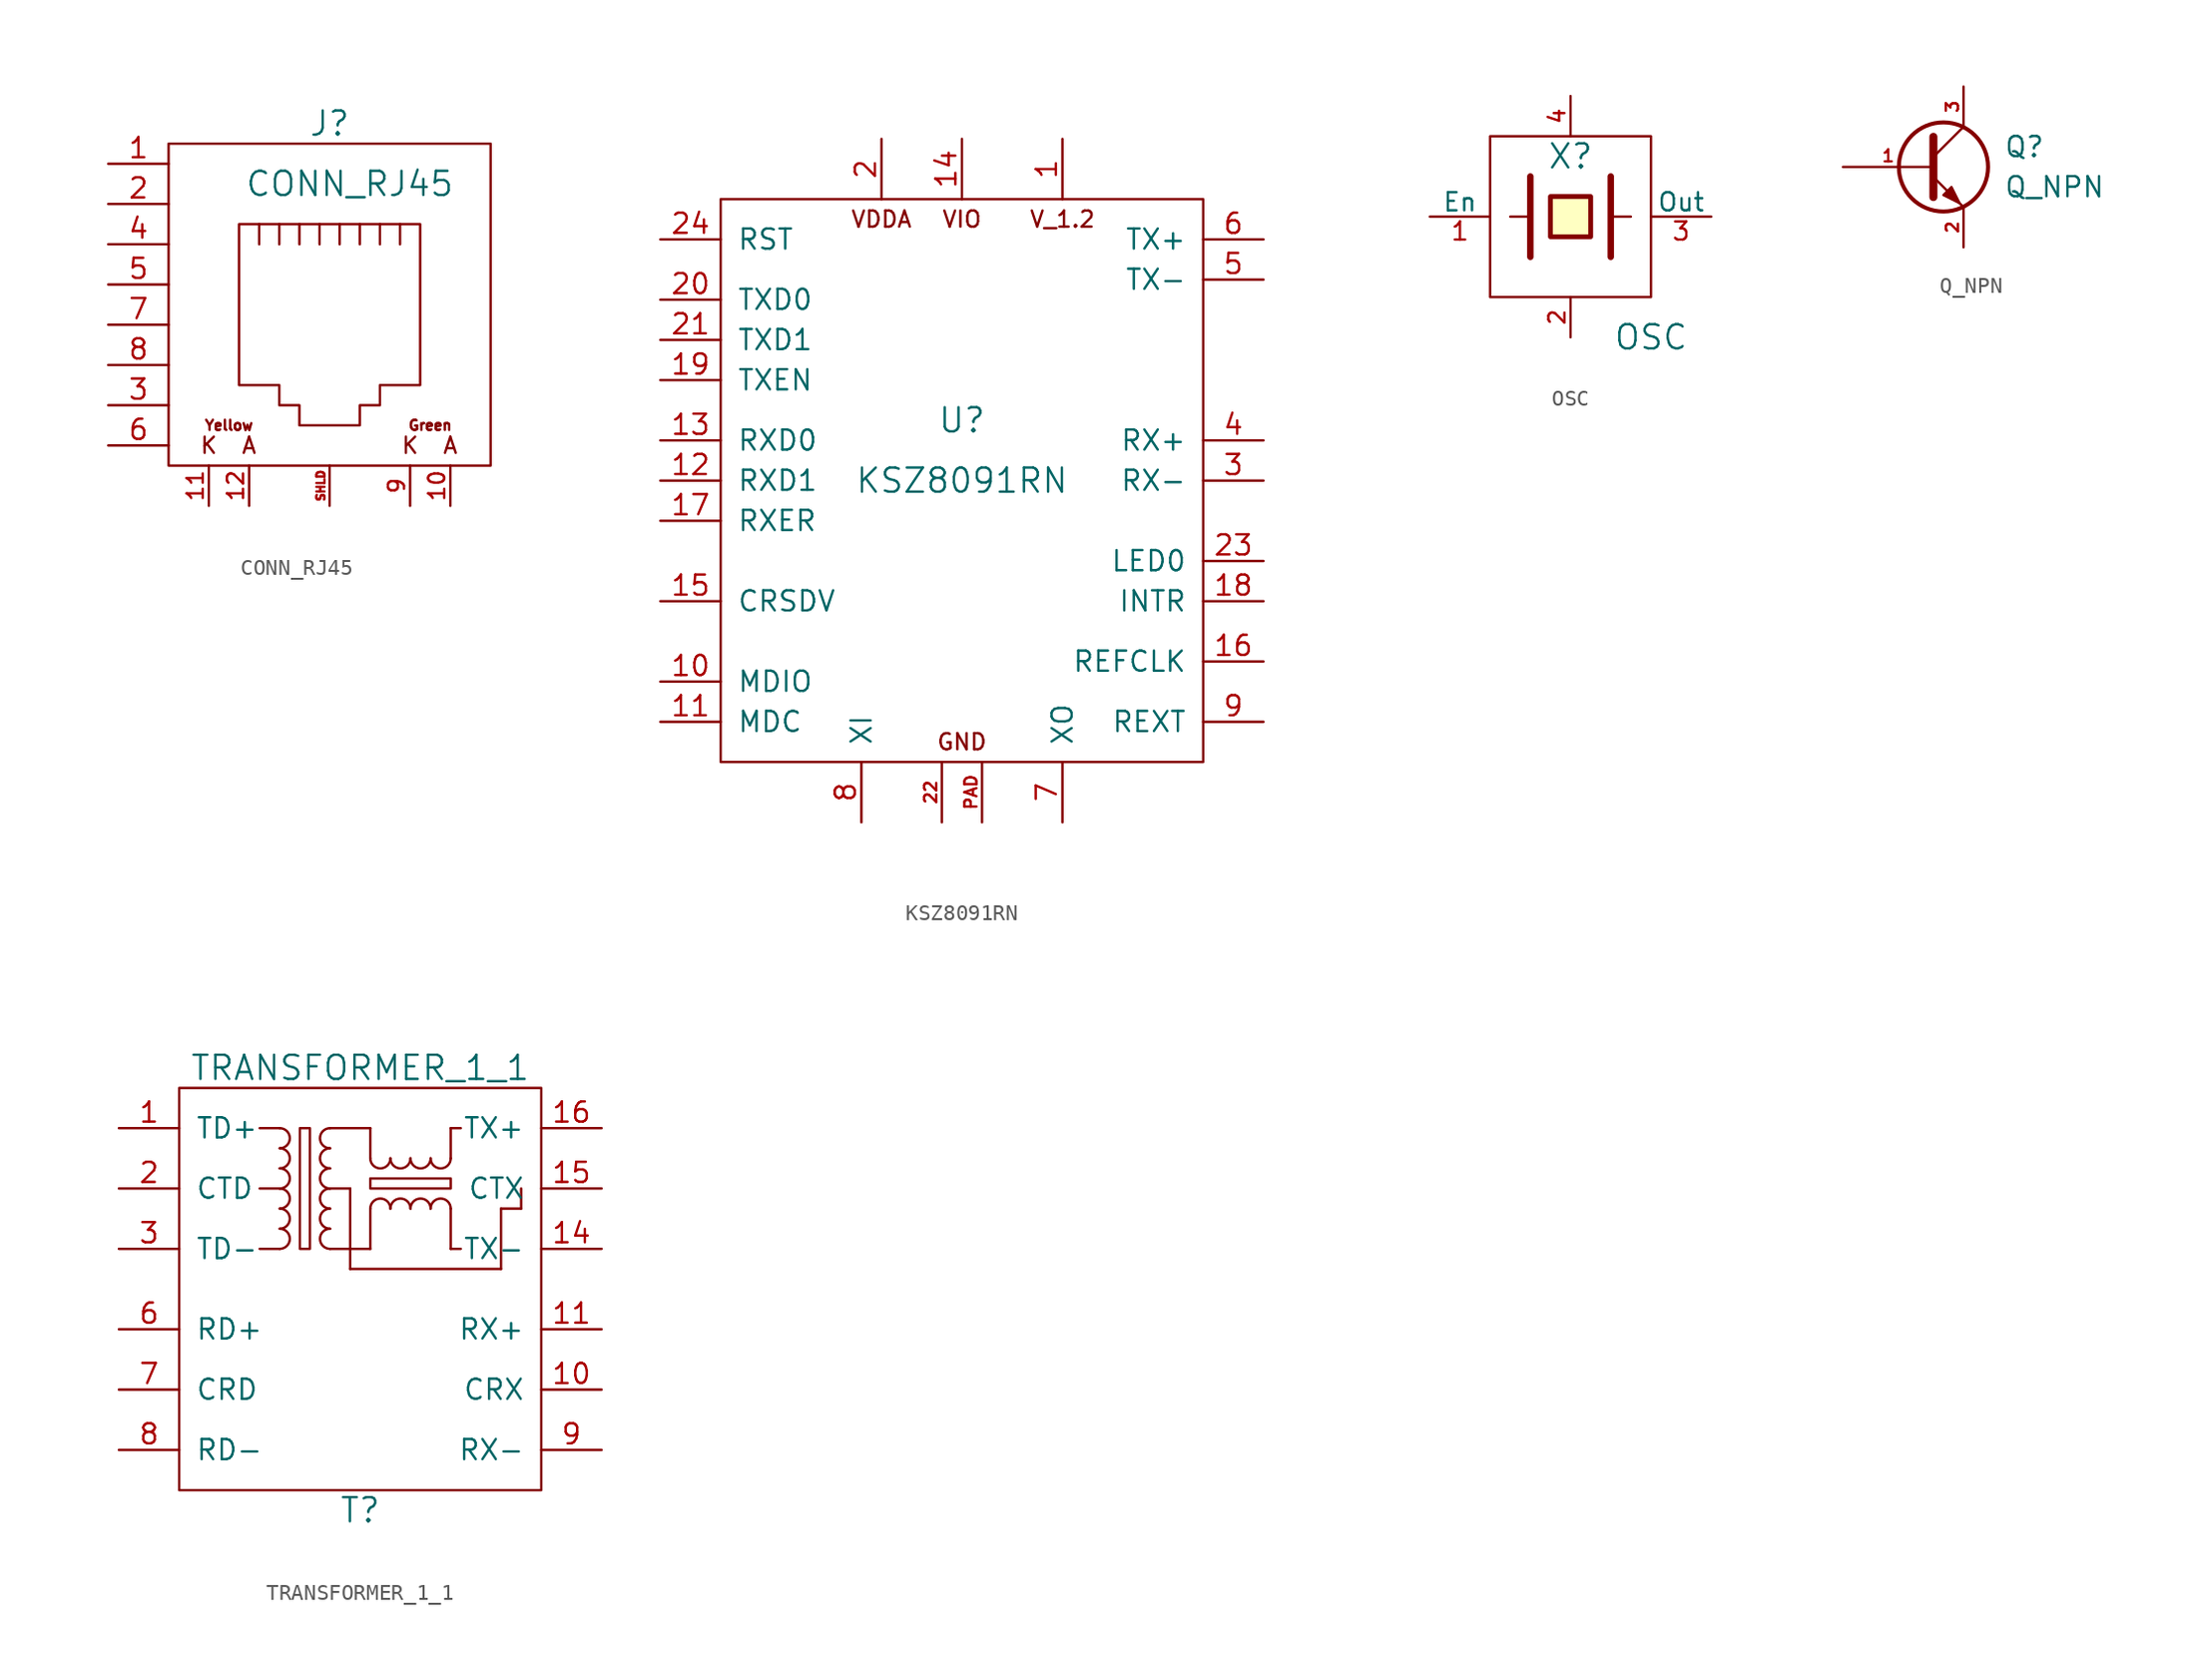
<source format=kicad_sym>
(kicad_symbol_lib
  (version 20211014)
  (generator kicad_symbol_editor)
  (symbol "CONN_RJ45"
    (pin_names
      (offset 1.016))
    (property "Reference" "J"
      (at 0 11.43 0)
      (effects (font (size 1.524 1.524))))
    (property "Value" "CONN_RJ45"
      (at 1.27 7.62 0)
      (effects (font (size 1.524 1.524))))
    (property "Footprint" ""
      (at 0 0 0)
      (effects (font (size 1.524 1.524))))
    (property "Datasheet" ""
      (at 0 0 0)
      (effects (font (size 1.524 1.524))))
    (symbol "CONN_RJ45_0_0"
      (text "A" (at -5.08 -8.89 0) (effects (font (size 1.016 1.016))))
      (text "A" (at 7.62 -8.89 0) (effects (font (size 1.016 1.016))))
      (text "Green" (at 6.35 -7.62 0) (effects (font (size 0.635 0.635))))
      (text "K" (at -7.62 -8.89 0) (effects (font (size 1.016 1.016))))
      (text "Yellow" (at -6.35 -7.62 0) (effects (font (size 0.635 0.635)))))
    (symbol "CONN_RJ45_0_1"
      (rectangle (start -10.16 10.16) (end 10.16 -10.16) (stroke (width 0) (type default) (color 0 0 0 0)) (fill (type none)))
      (polyline (pts (xy -4.445 3.81) (xy -4.445 5.08) (xy -4.445 5.08)) (stroke (width 0) (type default) (color 0 0 0 0)) (fill (type none)))
      (polyline (pts (xy -3.175 5.08) (xy -3.175 3.81) (xy -3.175 3.81)) (stroke (width 0) (type default) (color 0 0 0 0)) (fill (type none)))
      (polyline (pts (xy -1.905 5.08) (xy -1.905 3.81) (xy -1.905 3.81)) (stroke (width 0) (type default) (color 0 0 0 0)) (fill (type none)))
      (polyline (pts (xy -0.635 5.08) (xy -0.635 3.81) (xy -0.635 3.81)) (stroke (width 0) (type default) (color 0 0 0 0)) (fill (type none)))
      (polyline (pts (xy 0.635 5.08) (xy 0.635 3.81) (xy 0.635 3.81)) (stroke (width 0) (type default) (color 0 0 0 0)) (fill (type none)))
      (polyline (pts (xy 1.905 5.08) (xy 1.905 3.81) (xy 1.905 3.81)) (stroke (width 0) (type default) (color 0 0 0 0)) (fill (type none)))
      (polyline (pts (xy 3.175 3.81) (xy 3.175 5.08) (xy 3.175 5.08)) (stroke (width 0) (type default) (color 0 0 0 0)) (fill (type none)))
      (polyline (pts (xy 4.445 3.81) (xy 4.445 5.08) (xy 4.445 5.08)) (stroke (width 0) (type default) (color 0 0 0 0)) (fill (type none)))
      (polyline (pts (xy -5.715 5.08) (xy 5.715 5.08) (xy 5.715 -5.08) (xy 3.175 -5.08) (xy 3.175 -6.35) (xy 1.905 -6.35) (xy 1.905 -7.62) (xy -1.905 -7.62) (xy -1.905 -6.35) (xy -3.175 -6.35) (xy -3.175 -5.08) (xy -5.715 -5.08) (xy -5.715 5.08) (xy -5.715 5.08)) (stroke (width 0) (type default) (color 0 0 0 0)) (fill (type none))))
    (symbol "CONN_RJ45_1_0"
      (text "K" (at 5.08 -8.89 0) (effects (font (size 1.016 1.016)))))
    (symbol "CONN_RJ45_1_1"
      (pin passive line (at -13.97 8.89 0) (length 3.81) (name "~" (effects (font (size 1.27 1.27)))) (number "1" (effects (font (size 1.27 1.27)))))
      (pin input line (at 7.62 -12.7 90) (length 2.54) (name "~" (effects (font (size 1.27 1.27)))) (number "10" (effects (font (size 1.016 1.016)))))
      (pin input line (at -7.62 -12.7 90) (length 2.54) (name "~" (effects (font (size 1.27 1.27)))) (number "11" (effects (font (size 1.016 1.016)))))
      (pin input line (at -5.08 -12.7 90) (length 2.54) (name "~" (effects (font (size 1.27 1.27)))) (number "12" (effects (font (size 1.016 1.016)))))
      (pin passive line (at -13.97 6.35 0) (length 3.81) (name "~" (effects (font (size 1.27 1.27)))) (number "2" (effects (font (size 1.27 1.27)))))
      (pin passive line (at -13.97 -6.35 0) (length 3.81) (name "~" (effects (font (size 1.27 1.27)))) (number "3" (effects (font (size 1.27 1.27)))))
      (pin passive line (at -13.97 3.81 0) (length 3.81) (name "~" (effects (font (size 0.762 0.762)))) (number "4" (effects (font (size 1.27 1.27)))))
      (pin passive line (at -13.97 1.27 0) (length 3.81) (name "~" (effects (font (size 0.762 0.762)))) (number "5" (effects (font (size 1.27 1.27)))))
      (pin passive line (at -13.97 -8.89 0) (length 3.81) (name "~" (effects (font (size 1.27 1.27)))) (number "6" (effects (font (size 1.27 1.27)))))
      (pin passive line (at -13.97 -1.27 0) (length 3.81) (name "~" (effects (font (size 0.762 0.762)))) (number "7" (effects (font (size 1.27 1.27)))))
      (pin passive line (at -13.97 -3.81 0) (length 3.81) (name "~" (effects (font (size 0.762 0.762)))) (number "8" (effects (font (size 1.27 1.27)))))
      (pin input line (at 5.08 -12.7 90) (length 2.54) (name "~" (effects (font (size 1.27 1.27)))) (number "9" (effects (font (size 1.016 1.016)))))
      (pin passive line (at 0 -12.7 90) (length 2.54) (name "~" (effects (font (size 0.762 0.762)))) (number "SHLD" (effects (font (size 0.508 0.508)))))))
  (symbol "KSZ8091RN"
    (pin_names
      (offset 1.016))
    (property "Reference" "U"
      (at 0 3.81 0)
      (effects (font (size 1.524 1.524))))
    (property "Value" "KSZ8091RN"
      (at 0 0 0)
      (effects (font (size 1.524 1.524))))
    (property "Footprint" ""
      (at 0 -3.81 0)
      (effects (font (size 1.524 1.524))))
    (property "Datasheet" ""
      (at 0 -3.81 0)
      (effects (font (size 1.524 1.524))))
    (symbol "KSZ8091RN_1_0"
      (rectangle (start -15.24 17.78) (end 15.24 -17.78) (stroke (width 0) (type default) (color 0 0 0 0)) (fill (type none)))
      (text "GND" (at 0 -16.51 0) (effects (font (size 1.016 1.016))))
      (text "V_1.2" (at 6.35 16.51 0) (effects (font (size 1.016 1.016))))
      (text "VDDA" (at -5.08 16.51 0) (effects (font (size 1.016 1.016))))
      (text "VIO" (at 0 16.51 0) (effects (font (size 1.016 1.016)))))
    (symbol "KSZ8091RN_1_1"
      (pin power_out line (at 6.35 21.59 270) (length 3.81) (name "~" (effects (font (size 1.27 1.27)))) (number "1" (effects (font (size 1.27 1.27)))))
      (pin bidirectional line (at -19.05 -12.7 0) (length 3.81) (name "MDIO" (effects (font (size 1.27 1.27)))) (number "10" (effects (font (size 1.27 1.27)))))
      (pin bidirectional line (at -19.05 -15.24 0) (length 3.81) (name "MDC" (effects (font (size 1.27 1.27)))) (number "11" (effects (font (size 1.27 1.27)))))
      (pin output line (at -19.05 0 0) (length 3.81) (name "RXD1" (effects (font (size 1.27 1.27)))) (number "12" (effects (font (size 1.27 1.27)))))
      (pin output line (at -19.05 2.54 0) (length 3.81) (name "RXD0" (effects (font (size 1.27 1.27)))) (number "13" (effects (font (size 1.27 1.27)))))
      (pin power_in line (at 0 21.59 270) (length 3.81) (name "~" (effects (font (size 1.27 1.27)))) (number "14" (effects (font (size 1.27 1.27)))))
      (pin bidirectional line (at -19.05 -7.62 0) (length 3.81) (name "CRSDV" (effects (font (size 1.27 1.27)))) (number "15" (effects (font (size 1.27 1.27)))))
      (pin output line (at 19.05 -11.43 180) (length 3.81) (name "REFCLK" (effects (font (size 1.27 1.27)))) (number "16" (effects (font (size 1.27 1.27)))))
      (pin output line (at -19.05 -2.54 0) (length 3.81) (name "RXER" (effects (font (size 1.27 1.27)))) (number "17" (effects (font (size 1.27 1.27)))))
      (pin bidirectional line (at 19.05 -7.62 180) (length 3.81) (name "INTR" (effects (font (size 1.27 1.27)))) (number "18" (effects (font (size 1.27 1.27)))))
      (pin input line (at -19.05 6.35 0) (length 3.81) (name "TXEN" (effects (font (size 1.27 1.27)))) (number "19" (effects (font (size 1.27 1.27)))))
      (pin power_in line (at -5.08 21.59 270) (length 3.81) (name "~" (effects (font (size 1.27 1.27)))) (number "2" (effects (font (size 1.27 1.27)))))
      (pin input line (at -19.05 11.43 0) (length 3.81) (name "TXD0" (effects (font (size 1.27 1.27)))) (number "20" (effects (font (size 1.27 1.27)))))
      (pin input line (at -19.05 8.89 0) (length 3.81) (name "TXD1" (effects (font (size 1.27 1.27)))) (number "21" (effects (font (size 1.27 1.27)))))
      (pin power_in line (at -1.27 -21.59 90) (length 3.81) (name "~" (effects (font (size 1.27 1.27)))) (number "22" (effects (font (size 0.762 0.762)))))
      (pin bidirectional line (at 19.05 -5.08 180) (length 3.81) (name "LED0" (effects (font (size 1.27 1.27)))) (number "23" (effects (font (size 1.27 1.27)))))
      (pin input line (at -19.05 15.24 0) (length 3.81) (name "RST" (effects (font (size 1.27 1.27)))) (number "24" (effects (font (size 1.27 1.27)))))
      (pin bidirectional line (at 19.05 0 180) (length 3.81) (name "RX-" (effects (font (size 1.27 1.27)))) (number "3" (effects (font (size 1.27 1.27)))))
      (pin bidirectional line (at 19.05 2.54 180) (length 3.81) (name "RX+" (effects (font (size 1.27 1.27)))) (number "4" (effects (font (size 1.27 1.27)))))
      (pin bidirectional line (at 19.05 12.7 180) (length 3.81) (name "TX-" (effects (font (size 1.27 1.27)))) (number "5" (effects (font (size 1.27 1.27)))))
      (pin bidirectional line (at 19.05 15.24 180) (length 3.81) (name "TX+" (effects (font (size 1.27 1.27)))) (number "6" (effects (font (size 1.27 1.27)))))
      (pin output line (at 6.35 -21.59 90) (length 3.81) (name "XO" (effects (font (size 1.27 1.27)))) (number "7" (effects (font (size 1.27 1.27)))))
      (pin input line (at -6.35 -21.59 90) (length 3.81) (name "XI" (effects (font (size 1.27 1.27)))) (number "8" (effects (font (size 1.27 1.27)))))
      (pin passive line (at 19.05 -15.24 180) (length 3.81) (name "REXT" (effects (font (size 1.27 1.27)))) (number "9" (effects (font (size 1.27 1.27)))))
      (pin power_in line (at 1.27 -21.59 90) (length 3.81) (name "~" (effects (font (size 1.27 1.27)))) (number "PAD" (effects (font (size 0.762 0.762)))))))
  (symbol "OSC"
    (pin_names
      (offset 0))
    (property "Reference" "X"
      (at 0 3.81 0)
      (effects (font (size 1.524 1.524))))
    (property "Value" "OSC"
      (at 5.08 -7.62 0)
      (effects (font (size 1.524 1.524))))
    (property "Footprint" ""
      (at 0 0 0)
      (effects (font (size 1.524 1.524))))
    (property "Datasheet" ""
      (at 0 0 0)
      (effects (font (size 1.524 1.524))))
    (symbol "OSC_0_1"
      (rectangle (start -5.08 5.08) (end 5.08 -5.08) (stroke (width 0) (type default) (color 0 0 0 0)) (fill (type none)))
      (polyline (pts (xy -2.54 0) (xy -3.81 0)) (stroke (width 0) (type default) (color 0 0 0 0)) (fill (type none)))
      (polyline (pts (xy -2.54 2.54) (xy -2.54 -2.54)) (stroke (width 0.406) (type default) (color 0 0 0 0)) (fill (type none)))
      (polyline (pts (xy 2.54 0) (xy 3.81 0)) (stroke (width 0) (type default) (color 0 0 0 0)) (fill (type none)))
      (polyline (pts (xy 2.54 2.54) (xy 2.54 -2.54)) (stroke (width 0.406) (type default) (color 0 0 0 0)) (fill (type none)))
      (polyline (pts (xy -1.27 1.27) (xy 1.27 1.27) (xy 1.27 -1.27) (xy -1.27 -1.27) (xy -1.27 1.27)) (stroke (width 0.305) (type default) (color 0 0 0 0)) (fill (type background))))
    (symbol "OSC_1_1"
      (pin input line (at -8.89 0 0) (length 3.81) (name "En" (effects (font (size 1.143 1.143)))) (number "1" (effects (font (size 1.143 1.143)))))
      (pin power_in line (at 0 -7.62 90) (length 2.54) (name "~" (effects (font (size 1.016 1.016)))) (number "2" (effects (font (size 1.016 1.016)))))
      (pin output line (at 8.89 0 180) (length 3.81) (name "Out" (effects (font (size 1.143 1.143)))) (number "3" (effects (font (size 1.143 1.143)))))
      (pin power_in line (at 0 7.62 270) (length 2.54) (name "~" (effects (font (size 1.016 1.016)))) (number "4" (effects (font (size 1.016 1.016)))))))
  (symbol "Q_NPN"
    (pin_names
      (offset 0) hide)
    (property "Reference" "Q"
      (at 5.08 1.27 0)
      (effects (font (size 1.27 1.27)) (justify left)))
    (property "Value" "Q_NPN"
      (at 5.08 -1.27 0)
      (effects (font (size 1.27 1.27)) (justify left)))
    (property "Footprint" ""
      (at 5.08 2.54 0)
      (effects (font (size 1.27 1.27))))
    (property "Datasheet" ""
      (at 0 0 0)
      (effects (font (size 1.27 1.27))))
    (symbol "Q_NPN_0_1"
      (polyline (pts (xy 0.635 0.635) (xy 2.54 2.54)) (stroke (width 0) (type default) (color 0 0 0 0)) (fill (type none)))
      (polyline (pts (xy 0.635 -0.635) (xy 2.54 -2.54) (xy 2.54 -2.54)) (stroke (width 0) (type default) (color 0 0 0 0)) (fill (type none)))
      (polyline (pts (xy 0.635 1.905) (xy 0.635 -1.905) (xy 0.635 -1.905)) (stroke (width 0.508) (type default) (color 0 0 0 0)) (fill (type none)))
      (polyline (pts (xy 1.27 -1.778) (xy 1.778 -1.27) (xy 2.286 -2.286) (xy 1.27 -1.778) (xy 1.27 -1.778)) (stroke (width 0) (type default) (color 0 0 0 0)) (fill (type outline)))
      (circle (center 1.27 0) (radius 2.819) (stroke (width 0.254) (type default) (color 0 0 0 0)) (fill (type none))))
    (symbol "Q_NPN_1_1"
      (pin input line (at -5.08 0 0) (length 5.715) (name "B" (effects (font (size 1.27 1.27)))) (number "1" (effects (font (size 0.762 0.762)))))
      (pin passive line (at 2.54 -5.08 90) (length 2.54) (name "E" (effects (font (size 1.27 1.27)))) (number "2" (effects (font (size 0.762 0.762)))))
      (pin passive line (at 2.54 5.08 270) (length 2.54) (name "C" (effects (font (size 1.27 1.27)))) (number "3" (effects (font (size 0.762 0.762)))))))
  (symbol "TRANSFORMER_1_1"
    (pin_names
      (offset 1.016))
    (property "Reference" "T"
      (at 0 -13.97 0)
      (effects (font (size 1.524 1.524))))
    (property "Value" "TRANSFORMER_1_1"
      (at 0 13.97 0)
      (effects (font (size 1.524 1.524))))
    (property "Footprint" ""
      (at 0 0 0)
      (effects (font (size 1.524 1.524))))
    (property "Datasheet" ""
      (at 0 0 0)
      (effects (font (size 1.524 1.524))))
    (symbol "TRANSFORMER_1_1_0_1"
      (rectangle (start -11.43 12.7) (end 11.43 -12.7) (stroke (width 0) (type default) (color 0 0 0 0)) (fill (type none)))
      (rectangle (start -6.35 2.54) (end -5.08 2.54) (stroke (width 0) (type default) (color 0 0 0 0)) (fill (type none)))
      (rectangle (start -6.35 6.35) (end -5.08 6.35) (stroke (width 0) (type default) (color 0 0 0 0)) (fill (type none)))
      (rectangle (start -6.35 10.16) (end -5.08 10.16) (stroke (width 0) (type default) (color 0 0 0 0)) (fill (type none)))
      (arc (start -5.08 2.54) (mid -4.445 3.175) (end -5.08 3.81) (stroke (width 0) (type default) (color 0 0 0 0)) (fill (type none)))
      (arc (start -5.08 3.81) (mid -4.445 4.445) (end -5.08 5.08) (stroke (width 0) (type default) (color 0 0 0 0)) (fill (type none)))
      (arc (start -5.08 5.08) (mid -4.445 5.715) (end -5.08 6.35) (stroke (width 0) (type default) (color 0 0 0 0)) (fill (type none)))
      (arc (start -5.08 6.35) (mid -4.445 6.985) (end -5.08 7.62) (stroke (width 0) (type default) (color 0 0 0 0)) (fill (type none)))
      (arc (start -5.08 7.62) (mid -4.445 8.255) (end -5.08 8.89) (stroke (width 0) (type default) (color 0 0 0 0)) (fill (type none)))
      (arc (start -5.08 8.89) (mid -4.445 9.525) (end -5.08 10.16) (stroke (width 0) (type default) (color 0 0 0 0)) (fill (type none)))
      (rectangle (start -3.81 10.16) (end -3.175 2.54) (stroke (width 0) (type default) (color 0 0 0 0)) (fill (type none)))
      (rectangle (start -1.905 2.54) (end 0.635 2.54) (stroke (width 0) (type default) (color 0 0 0 0)) (fill (type none)))
      (arc (start -1.905 3.81) (mid -2.54 3.175) (end -1.905 2.54) (stroke (width 0) (type default) (color 0 0 0 0)) (fill (type none)))
      (arc (start -1.905 5.08) (mid -2.54 4.445) (end -1.905 3.81) (stroke (width 0) (type default) (color 0 0 0 0)) (fill (type none)))
      (arc (start -1.905 6.35) (mid -2.54 5.715) (end -1.905 5.08) (stroke (width 0) (type default) (color 0 0 0 0)) (fill (type none)))
      (rectangle (start -1.905 6.35) (end -0.635 6.35) (stroke (width 0) (type default) (color 0 0 0 0)) (fill (type none)))
      (arc (start -1.905 7.62) (mid -2.54 6.985) (end -1.905 6.35) (stroke (width 0) (type default) (color 0 0 0 0)) (fill (type none)))
      (arc (start -1.905 8.89) (mid -2.54 8.255) (end -1.905 7.62) (stroke (width 0) (type default) (color 0 0 0 0)) (fill (type none)))
      (arc (start -1.905 10.16) (mid -2.54 9.525) (end -1.905 8.89) (stroke (width 0) (type default) (color 0 0 0 0)) (fill (type none)))
      (rectangle (start -1.905 10.16) (end 0.635 10.16) (stroke (width 0) (type default) (color 0 0 0 0)) (fill (type none)))
      (rectangle (start -0.635 1.27) (end 8.89 1.27) (stroke (width 0) (type default) (color 0 0 0 0)) (fill (type none)))
      (rectangle (start -0.635 6.35) (end -0.635 1.27) (stroke (width 0) (type default) (color 0 0 0 0)) (fill (type none)))
      (rectangle (start 0.635 2.54) (end 0.635 5.08) (stroke (width 0) (type default) (color 0 0 0 0)) (fill (type none)))
      (rectangle (start 0.635 6.985) (end 5.715 6.35) (stroke (width 0) (type default) (color 0 0 0 0)) (fill (type none)))
      (arc (start 0.635 8.255) (mid 1.27 7.62) (end 1.905 8.255) (stroke (width 0) (type default) (color 0 0 0 0)) (fill (type none)))
      (rectangle (start 0.635 10.16) (end 0.635 8.255) (stroke (width 0) (type default) (color 0 0 0 0)) (fill (type none)))
      (arc (start 1.905 5.08) (mid 1.27 5.715) (end 0.635 5.08) (stroke (width 0) (type default) (color 0 0 0 0)) (fill (type none)))
      (arc (start 1.905 8.255) (mid 2.54 7.62) (end 3.175 8.255) (stroke (width 0) (type default) (color 0 0 0 0)) (fill (type none)))
      (arc (start 3.175 5.08) (mid 2.54 5.715) (end 1.905 5.08) (stroke (width 0) (type default) (color 0 0 0 0)) (fill (type none)))
      (arc (start 3.175 8.255) (mid 3.81 7.62) (end 4.445 8.255) (stroke (width 0) (type default) (color 0 0 0 0)) (fill (type none)))
      (arc (start 4.445 5.08) (mid 3.81 5.715) (end 3.175 5.08) (stroke (width 0) (type default) (color 0 0 0 0)) (fill (type none)))
      (arc (start 4.445 8.255) (mid 5.08 7.62) (end 5.715 8.255) (stroke (width 0) (type default) (color 0 0 0 0)) (fill (type none)))
      (rectangle (start 5.715 2.54) (end 6.35 2.54) (stroke (width 0) (type default) (color 0 0 0 0)) (fill (type none)))
      (arc (start 5.715 5.08) (mid 5.08 5.715) (end 4.445 5.08) (stroke (width 0) (type default) (color 0 0 0 0)) (fill (type none)))
      (rectangle (start 5.715 5.08) (end 5.715 2.54) (stroke (width 0) (type default) (color 0 0 0 0)) (fill (type none)))
      (rectangle (start 5.715 8.255) (end 5.715 10.16) (stroke (width 0) (type default) (color 0 0 0 0)) (fill (type none)))
      (rectangle (start 5.715 10.16) (end 6.35 10.16) (stroke (width 0) (type default) (color 0 0 0 0)) (fill (type none)))
      (rectangle (start 8.89 1.27) (end 8.89 5.08) (stroke (width 0) (type default) (color 0 0 0 0)) (fill (type none)))
      (rectangle (start 8.89 5.08) (end 10.16 5.08) (stroke (width 0) (type default) (color 0 0 0 0)) (fill (type none)))
      (rectangle (start 10.16 5.08) (end 10.16 6.35) (stroke (width 0) (type default) (color 0 0 0 0)) (fill (type none))))
    (symbol "TRANSFORMER_1_1_1_1"
      (pin input line (at -15.24 10.16 0) (length 3.81) (name "TD+" (effects (font (size 1.27 1.27)))) (number "1" (effects (font (size 1.27 1.27)))))
      (pin input line (at 15.24 -6.35 180) (length 3.81) (name "CRX" (effects (font (size 1.27 1.27)))) (number "10" (effects (font (size 1.27 1.27)))))
      (pin input line (at 15.24 -2.54 180) (length 3.81) (name "RX+" (effects (font (size 1.27 1.27)))) (number "11" (effects (font (size 1.27 1.27)))))
      (pin input line (at 15.24 2.54 180) (length 3.81) (name "TX-" (effects (font (size 1.27 1.27)))) (number "14" (effects (font (size 1.27 1.27)))))
      (pin input line (at 15.24 6.35 180) (length 3.81) (name "CTX" (effects (font (size 1.27 1.27)))) (number "15" (effects (font (size 1.27 1.27)))))
      (pin input line (at 15.24 10.16 180) (length 3.81) (name "TX+" (effects (font (size 1.27 1.27)))) (number "16" (effects (font (size 1.27 1.27)))))
      (pin input line (at -15.24 6.35 0) (length 3.81) (name "CTD" (effects (font (size 1.27 1.27)))) (number "2" (effects (font (size 1.27 1.27)))))
      (pin input line (at -15.24 2.54 0) (length 3.81) (name "TD-" (effects (font (size 1.27 1.27)))) (number "3" (effects (font (size 1.27 1.27)))))
      (pin input line (at -15.24 -2.54 0) (length 3.81) (name "RD+" (effects (font (size 1.27 1.27)))) (number "6" (effects (font (size 1.27 1.27)))))
      (pin input line (at -15.24 -6.35 0) (length 3.81) (name "CRD" (effects (font (size 1.27 1.27)))) (number "7" (effects (font (size 1.27 1.27)))))
      (pin input line (at -15.24 -10.16 0) (length 3.81) (name "RD-" (effects (font (size 1.27 1.27)))) (number "8" (effects (font (size 1.27 1.27)))))
      (pin input line (at 15.24 -10.16 180) (length 3.81) (name "RX-" (effects (font (size 1.27 1.27)))) (number "9" (effects (font (size 1.27 1.27))))))))
</source>
